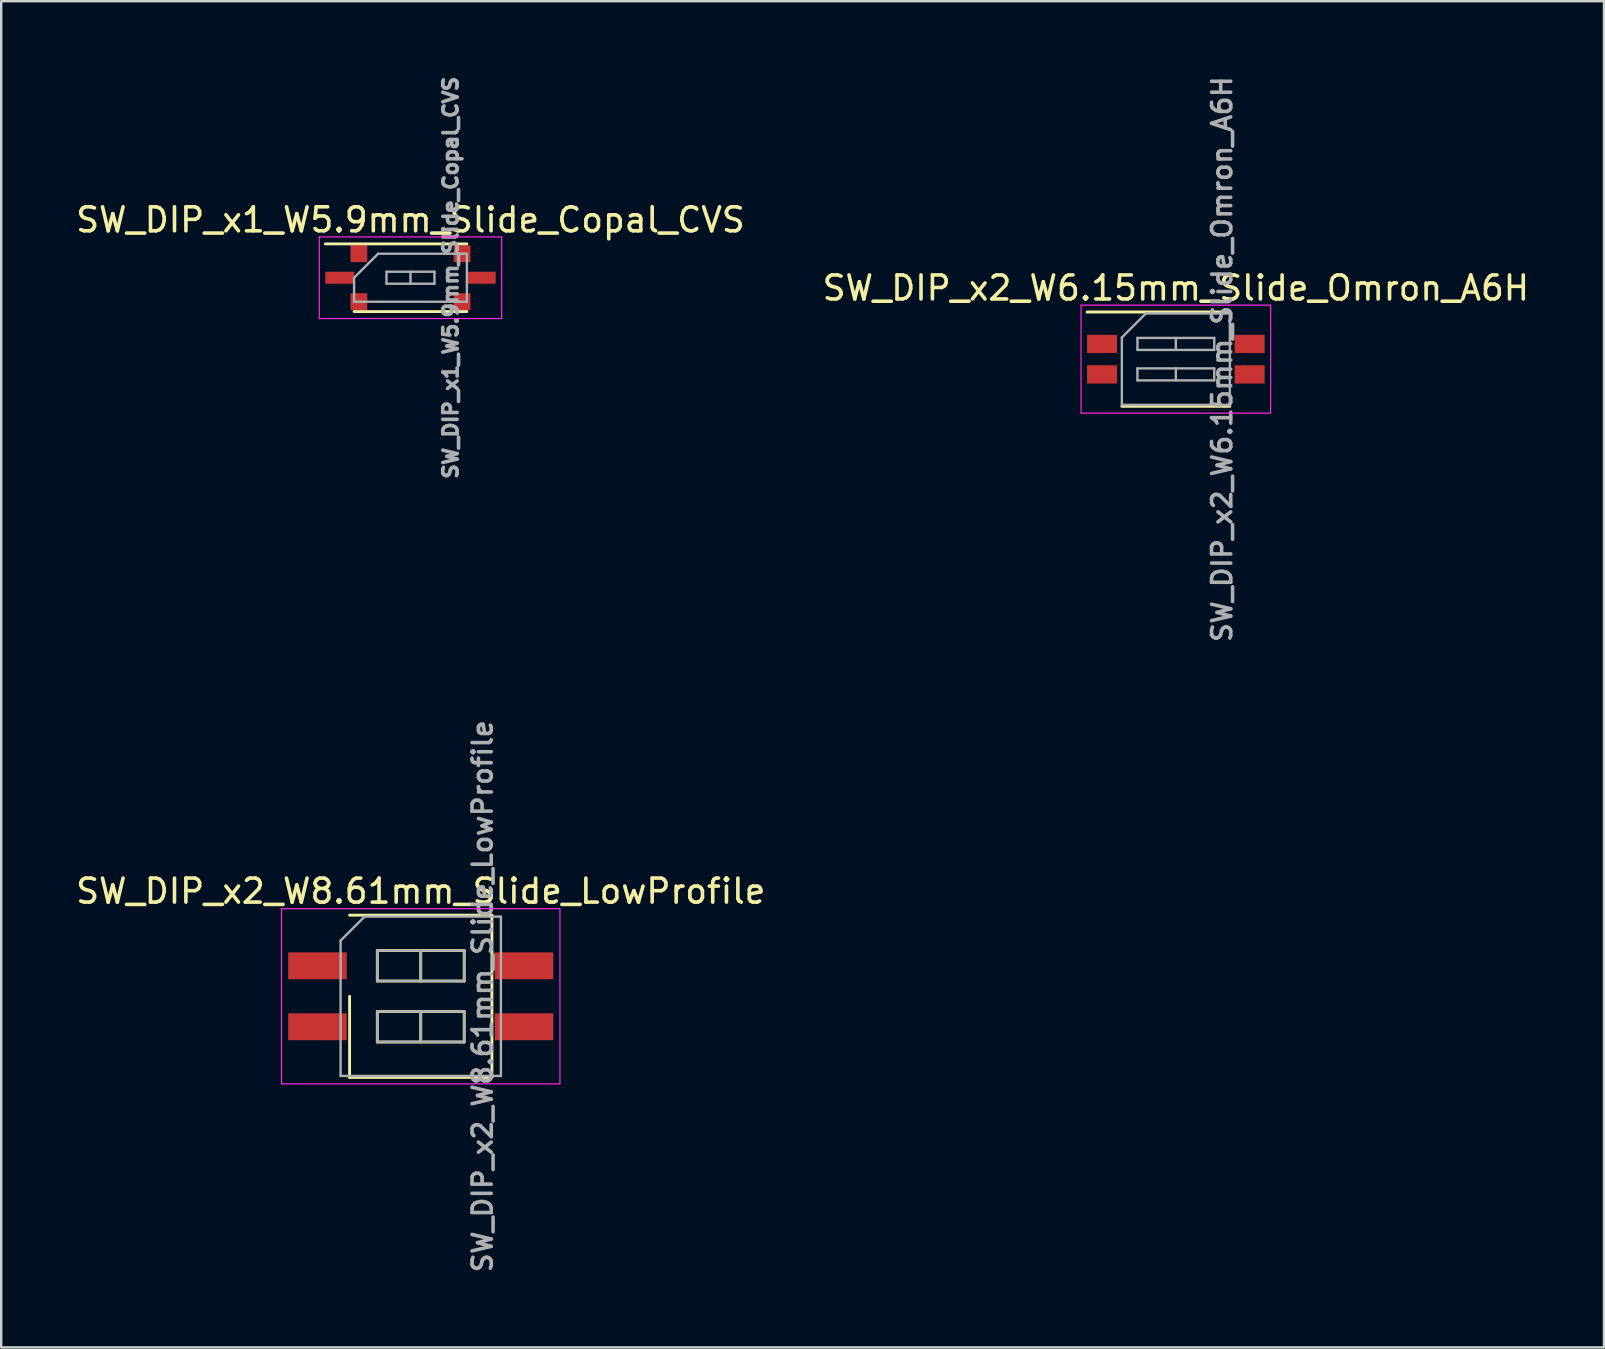
<source format=kicad_pcb>
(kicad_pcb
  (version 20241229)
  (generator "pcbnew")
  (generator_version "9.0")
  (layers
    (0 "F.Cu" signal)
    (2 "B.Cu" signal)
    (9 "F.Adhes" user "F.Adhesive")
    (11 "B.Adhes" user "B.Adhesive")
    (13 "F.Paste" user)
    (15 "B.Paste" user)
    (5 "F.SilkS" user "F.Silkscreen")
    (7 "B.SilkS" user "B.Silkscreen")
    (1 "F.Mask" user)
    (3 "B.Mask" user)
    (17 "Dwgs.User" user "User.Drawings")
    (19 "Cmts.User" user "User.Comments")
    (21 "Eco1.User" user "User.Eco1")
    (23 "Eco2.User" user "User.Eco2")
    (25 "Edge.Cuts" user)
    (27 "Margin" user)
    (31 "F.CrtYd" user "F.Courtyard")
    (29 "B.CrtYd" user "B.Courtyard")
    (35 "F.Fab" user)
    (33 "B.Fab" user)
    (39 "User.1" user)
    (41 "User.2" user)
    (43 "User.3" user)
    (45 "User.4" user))
  (footprint "SW_DIP_x2_W6.15mm_Slide_Omron_A6H"
    (layer "F.Cu")
    (at 45.946 11.916)
    (property "Reference" "SW_DIP_x2_W6.15mm_Slide_Omron_A6H" (at 0 -2.965 0) (layer "F.SilkS") (effects (font (size 1 1) (thickness 0.15))))
    (attr smd)
    (fp_line (start -3.7 -1.965) (end 2.25 -1.965) (stroke (width 0.12) (type solid)) (layer "F.SilkS"))
    (fp_line (start -2.25 1.965) (end 2.25 1.965) (stroke (width 0.12) (type solid)) (layer "F.SilkS"))
    (fp_line (start -3.95 -2.25) (end -3.95 2.25) (stroke (width 0.05) (type solid)) (layer "F.CrtYd"))
    (fp_line (start -3.95 2.25) (end 3.95 2.25) (stroke (width 0.05) (type solid)) (layer "F.CrtYd"))
    (fp_line (start 3.95 -2.25) (end -3.95 -2.25) (stroke (width 0.05) (type solid)) (layer "F.CrtYd"))
    (fp_line (start 3.95 2.25) (end 3.95 -2.25) (stroke (width 0.05) (type solid)) (layer "F.CrtYd"))
    (fp_line (start -2.25 -0.905) (end -1.25 -1.905) (stroke (width 0.1) (type solid)) (layer "F.Fab"))
    (fp_line (start -2.25 1.905) (end -2.25 -0.905) (stroke (width 0.1) (type solid)) (layer "F.Fab"))
    (fp_line (start -1.6 -0.885) (end -1.6 -0.385) (stroke (width 0.1) (type solid)) (layer "F.Fab"))
    (fp_line (start -1.6 -0.385) (end 1.6 -0.385) (stroke (width 0.1) (type solid)) (layer "F.Fab"))
    (fp_line (start -1.6 0.385) (end -1.6 0.885) (stroke (width 0.1) (type solid)) (layer "F.Fab"))
    (fp_line (start -1.6 0.885) (end 1.6 0.885) (stroke (width 0.1) (type solid)) (layer "F.Fab"))
    (fp_line (start -1.25 -1.905) (end 2.25 -1.905) (stroke (width 0.1) (type solid)) (layer "F.Fab"))
    (fp_line (start 0 -0.885) (end 0 -0.385) (stroke (width 0.1) (type solid)) (layer "F.Fab"))
    (fp_line (start 0 0.385) (end 0 0.885) (stroke (width 0.1) (type solid)) (layer "F.Fab"))
    (fp_line (start 1.6 -0.885) (end -1.6 -0.885) (stroke (width 0.1) (type solid)) (layer "F.Fab"))
    (fp_line (start 1.6 -0.385) (end 1.6 -0.885) (stroke (width 0.1) (type solid)) (layer "F.Fab"))
    (fp_line (start 1.6 0.385) (end -1.6 0.385) (stroke (width 0.1) (type solid)) (layer "F.Fab"))
    (fp_line (start 1.6 0.885) (end 1.6 0.385) (stroke (width 0.1) (type solid)) (layer "F.Fab"))
    (fp_line (start 2.25 -1.905) (end 2.25 1.905) (stroke (width 0.1) (type solid)) (layer "F.Fab"))
    (fp_line (start 2.25 1.905) (end -2.25 1.905) (stroke (width 0.1) (type solid)) (layer "F.Fab"))
    (fp_text user "${REFERENCE}" (at 1.925 0 90) (layer "F.Fab") (effects (font (size 0.8 0.8) (thickness 0.15))))
    (pad "1" smd rect (at -3.075 -0.635) (size 1.25 0.76) (layers "F.Cu" "F.Mask" "F.Paste"))
    (pad "2" smd rect (at -3.075 0.635) (size 1.25 0.76) (layers "F.Cu" "F.Mask" "F.Paste"))
    (pad "3" smd rect (at 3.075 0.635) (size 1.25 0.76) (layers "F.Cu" "F.Mask" "F.Paste"))
    (pad "4" smd rect (at 3.075 -0.635) (size 1.25 0.76) (layers "F.Cu" "F.Mask" "F.Paste")))
  (footprint "SW_DIP_x1_W5.9mm_Slide_Copal_CVS"
    (layer "F.Cu")
    (at 14.054 8.522)
    (property "Reference" "SW_DIP_x1_W5.9mm_Slide_Copal_CVS" (at 0 -2.41 0) (layer "F.SilkS") (effects (font (size 1 1) (thickness 0.15))))
    (attr smd)
    (fp_line (start -3.55 -1.41) (end 2.35 -1.41) (stroke (width 0.12) (type solid)) (layer "F.SilkS"))
    (fp_line (start -2.35 1.41) (end 2.35 1.41) (stroke (width 0.12) (type solid)) (layer "F.SilkS"))
    (fp_line (start -3.8 -1.7) (end -3.8 1.7) (stroke (width 0.05) (type solid)) (layer "F.CrtYd"))
    (fp_line (start -3.8 1.7) (end 3.8 1.7) (stroke (width 0.05) (type solid)) (layer "F.CrtYd"))
    (fp_line (start 3.8 -1.7) (end -3.8 -1.7) (stroke (width 0.05) (type solid)) (layer "F.CrtYd"))
    (fp_line (start 3.8 1.7) (end 3.8 -1.7) (stroke (width 0.05) (type solid)) (layer "F.CrtYd"))
    (fp_line (start -2.35 0) (end -1.35 -1) (stroke (width 0.1) (type solid)) (layer "F.Fab"))
    (fp_line (start -2.35 1) (end -2.35 0) (stroke (width 0.1) (type solid)) (layer "F.Fab"))
    (fp_line (start -1.35 -1) (end 2.35 -1) (stroke (width 0.1) (type solid)) (layer "F.Fab"))
    (fp_line (start -1 -0.25) (end -1 0.25) (stroke (width 0.1) (type solid)) (layer "F.Fab"))
    (fp_line (start -1 0.25) (end 1 0.25) (stroke (width 0.1) (type solid)) (layer "F.Fab"))
    (fp_line (start 0 -0.25) (end 0 0.25) (stroke (width 0.1) (type solid)) (layer "F.Fab"))
    (fp_line (start 1 -0.25) (end -1 -0.25) (stroke (width 0.1) (type solid)) (layer "F.Fab"))
    (fp_line (start 1 0.25) (end 1 -0.25) (stroke (width 0.1) (type solid)) (layer "F.Fab"))
    (fp_line (start 2.35 -1) (end 2.35 1) (stroke (width 0.1) (type solid)) (layer "F.Fab"))
    (fp_line (start 2.35 1) (end -2.35 1) (stroke (width 0.1) (type solid)) (layer "F.Fab"))
    (fp_text user "${REFERENCE}" (at 1.675 0 90) (layer "F.Fab") (effects (font (size 0.6 0.6) (thickness 0.15))))
    (pad "1" smd rect (at -2.95 0) (size 1.2 0.5) (layers "F.Cu" "F.Mask" "F.Paste"))
    (pad "2" smd rect (at 2.95 0) (size 1.2 0.5) (layers "F.Cu" "F.Mask" "F.Paste"))
    (pad "3" smd rect (at -2.15 -1) (size 0.7 0.7) (layers "F.Cu" "F.Mask" "F.Paste"))
    (pad "3" smd rect (at -2.15 1) (size 0.7 0.7) (layers "F.Cu" "F.Mask" "F.Paste"))
    (pad "3" smd rect (at 2.15 -1) (size 0.7 0.7) (layers "F.Cu" "F.Mask" "F.Paste"))
    (pad "3" smd rect (at 2.15 1) (size 0.7 0.7) (layers "F.Cu" "F.Mask" "F.Paste")))
  (footprint "SW_DIP_x2_W8.61mm_Slide_LowProfile"
    (layer "F.Cu")
    (at 14.482 38.464)
    (property "Reference" "SW_DIP_x2_W8.61mm_Slide_LowProfile" (at 0 -4.38 0) (layer "F.SilkS") (effects (font (size 1 1) (thickness 0.15))))
    (attr smd)
    (fp_line (start -2.965 -3.38) (end 2.965 -3.38) (stroke (width 0.12) (type solid)) (layer "F.SilkS"))
    (fp_line (start -2.965 3.38) (end -2.965 0) (stroke (width 0.12) (type solid)) (layer "F.SilkS"))
    (fp_line (start -1.81 -1.905) (end -1.81 -0.635) (stroke (width 0.12) (type solid)) (layer "F.SilkS"))
    (fp_line (start -1.81 -0.635) (end 1.81 -0.635) (stroke (width 0.12) (type solid)) (layer "F.SilkS"))
    (fp_line (start -1.81 0.635) (end -1.81 1.905) (stroke (width 0.12) (type solid)) (layer "F.SilkS"))
    (fp_line (start -1.81 1.905) (end 1.81 1.905) (stroke (width 0.12) (type solid)) (layer "F.SilkS"))
    (fp_line (start 0 -1.905) (end 0 -0.635) (stroke (width 0.12) (type solid)) (layer "F.SilkS"))
    (fp_line (start 0 0.635) (end 0 1.905) (stroke (width 0.12) (type solid)) (layer "F.SilkS"))
    (fp_line (start 1.81 -1.905) (end -1.81 -1.905) (stroke (width 0.12) (type solid)) (layer "F.SilkS"))
    (fp_line (start 1.81 -0.635) (end 1.81 -1.905) (stroke (width 0.12) (type solid)) (layer "F.SilkS"))
    (fp_line (start 1.81 0.635) (end -1.81 0.635) (stroke (width 0.12) (type solid)) (layer "F.SilkS"))
    (fp_line (start 1.81 1.905) (end 1.81 0.635) (stroke (width 0.12) (type solid)) (layer "F.SilkS"))
    (fp_line (start 2.965 -3.38) (end 2.965 3.38) (stroke (width 0.12) (type solid)) (layer "F.SilkS"))
    (fp_line (start 2.965 3.38) (end -2.965 3.38) (stroke (width 0.12) (type solid)) (layer "F.SilkS"))
    (fp_line (start -5.8 -3.65) (end -5.8 3.65) (stroke (width 0.05) (type solid)) (layer "F.CrtYd"))
    (fp_line (start -5.8 3.65) (end 5.8 3.65) (stroke (width 0.05) (type solid)) (layer "F.CrtYd"))
    (fp_line (start 5.8 -3.65) (end -5.8 -3.65) (stroke (width 0.05) (type solid)) (layer "F.CrtYd"))
    (fp_line (start 5.8 3.65) (end 5.8 -3.65) (stroke (width 0.05) (type solid)) (layer "F.CrtYd"))
    (fp_line (start -3.34 -2.32) (end -2.34 -3.32) (stroke (width 0.1) (type solid)) (layer "F.Fab"))
    (fp_line (start -3.34 3.32) (end -3.34 -2.32) (stroke (width 0.1) (type solid)) (layer "F.Fab"))
    (fp_line (start -2.34 -3.32) (end 3.34 -3.32) (stroke (width 0.1) (type solid)) (layer "F.Fab"))
    (fp_line (start -1.81 -1.905) (end -1.81 -0.635) (stroke (width 0.1) (type solid)) (layer "F.Fab"))
    (fp_line (start -1.81 -0.635) (end 1.81 -0.635) (stroke (width 0.1) (type solid)) (layer "F.Fab"))
    (fp_line (start -1.81 0.635) (end -1.81 1.905) (stroke (width 0.1) (type solid)) (layer "F.Fab"))
    (fp_line (start -1.81 1.905) (end 1.81 1.905) (stroke (width 0.1) (type solid)) (layer "F.Fab"))
    (fp_line (start 0 -1.905) (end 0 -0.635) (stroke (width 0.1) (type solid)) (layer "F.Fab"))
    (fp_line (start 0 0.635) (end 0 1.905) (stroke (width 0.1) (type solid)) (layer "F.Fab"))
    (fp_line (start 1.81 -1.905) (end -1.81 -1.905) (stroke (width 0.1) (type solid)) (layer "F.Fab"))
    (fp_line (start 1.81 -0.635) (end 1.81 -1.905) (stroke (width 0.1) (type solid)) (layer "F.Fab"))
    (fp_line (start 1.81 0.635) (end -1.81 0.635) (stroke (width 0.1) (type solid)) (layer "F.Fab"))
    (fp_line (start 1.81 1.905) (end 1.81 0.635) (stroke (width 0.1) (type solid)) (layer "F.Fab"))
    (fp_line (start 3.34 -3.32) (end 3.34 3.32) (stroke (width 0.1) (type solid)) (layer "F.Fab"))
    (fp_line (start 3.34 3.32) (end -3.34 3.32) (stroke (width 0.1) (type solid)) (layer "F.Fab"))
    (fp_text user "${REFERENCE}" (at 2.575 0 90) (layer "F.Fab") (effects (font (size 0.8 0.8) (thickness 0.15))))
    (pad "1" smd rect (at -4.305 -1.27) (size 2.44 1.12) (layers "F.Cu" "F.Mask" "F.Paste"))
    (pad "2" smd rect (at -4.305 1.27) (size 2.44 1.12) (layers "F.Cu" "F.Mask" "F.Paste"))
    (pad "3" smd rect (at 4.305 1.27) (size 2.44 1.12) (layers "F.Cu" "F.Mask" "F.Paste"))
    (pad "4" smd rect (at 4.305 -1.27) (size 2.44 1.12) (layers "F.Cu" "F.Mask" "F.Paste")))
  (gr_rect
    (start -3 -3)
    (end 63.786 53.094)
    (stroke (width 0.1) (type default))
    (fill no)
    (layer "Edge.Cuts")))
</source>
